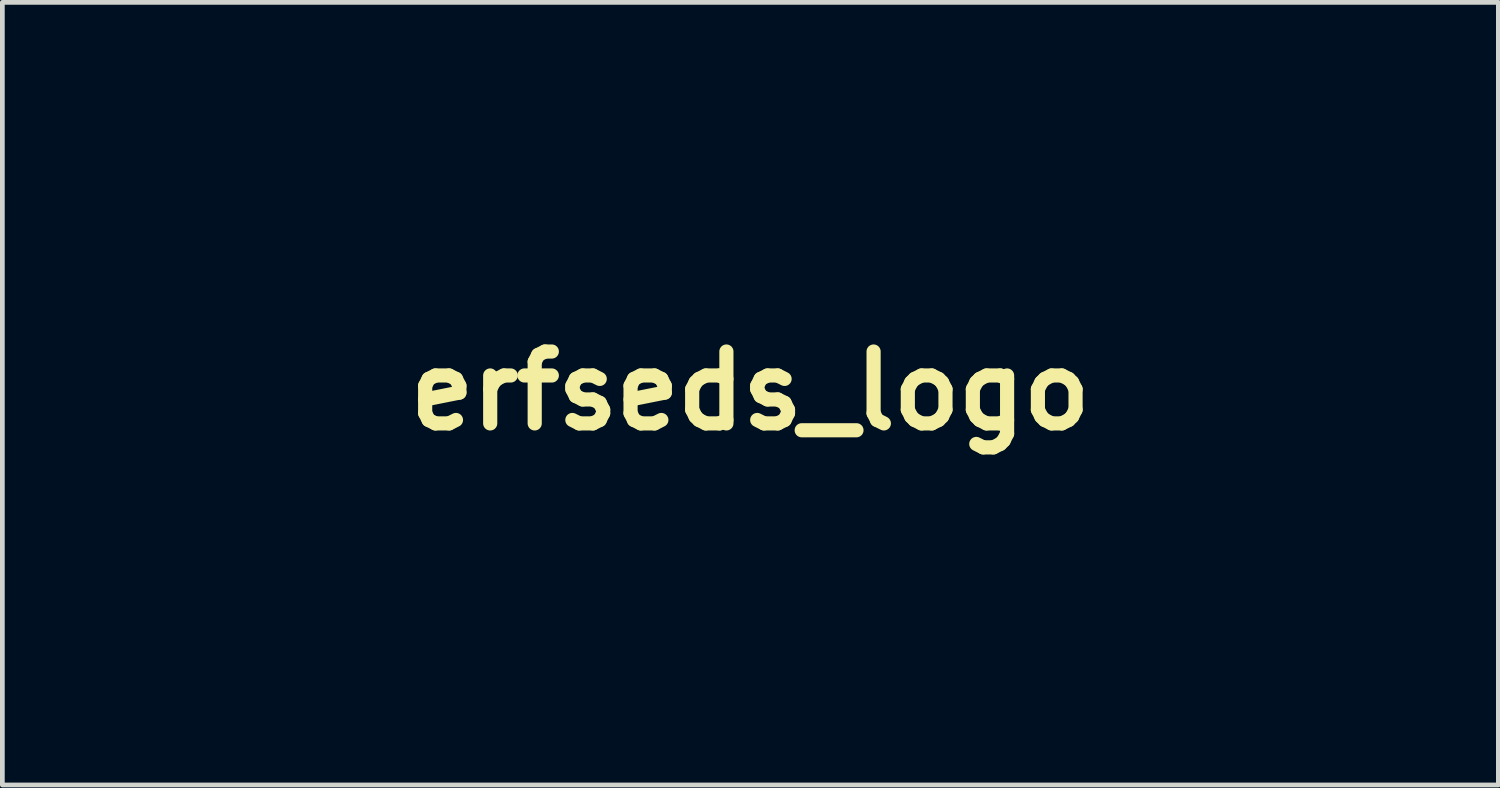
<source format=kicad_pcb>
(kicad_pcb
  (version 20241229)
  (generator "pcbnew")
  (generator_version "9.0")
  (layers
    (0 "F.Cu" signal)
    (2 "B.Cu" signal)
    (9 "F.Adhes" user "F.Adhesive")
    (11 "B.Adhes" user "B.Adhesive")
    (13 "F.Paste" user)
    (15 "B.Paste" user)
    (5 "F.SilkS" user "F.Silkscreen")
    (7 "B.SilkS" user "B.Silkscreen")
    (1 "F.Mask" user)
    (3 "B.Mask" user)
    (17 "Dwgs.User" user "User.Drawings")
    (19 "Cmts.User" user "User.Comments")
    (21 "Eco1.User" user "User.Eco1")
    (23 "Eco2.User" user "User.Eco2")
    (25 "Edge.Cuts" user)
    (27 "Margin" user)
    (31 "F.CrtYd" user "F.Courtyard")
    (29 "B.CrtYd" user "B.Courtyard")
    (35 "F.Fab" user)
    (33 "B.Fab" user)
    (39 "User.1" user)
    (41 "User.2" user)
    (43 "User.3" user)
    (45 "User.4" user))
  (footprint "erfseds_logo"
    (layer "F.Cu")
    (at 12.858 5.237)
    (property "Reference" "erfseds_logo" (at 0 0 0) (layer "F.SilkS") (effects (font (size 1.524 1.524) (thickness 0.3))))
    (attr through_hole)
    (fp_poly (pts (xy -8.741 0.265) (xy -8.742 0.27) (xy -8.748 0.271) (xy -8.756 0.268) (xy -8.755 0.265) (xy -8.742 0.264) (xy -8.741 0.265)) (stroke (width 0.01) (type solid)) (fill no) (layer "Eco2.User"))
    (fp_poly (pts (xy -8.7 0.257) (xy -8.703 0.261) (xy -8.713 0.262) (xy -8.724 0.26) (xy -8.719 0.257) (xy -8.703 0.256) (xy -8.7 0.257)) (stroke (width 0.01) (type solid)) (fill no) (layer "Eco2.User"))
    (fp_poly (pts (xy 12.016 0.875) (xy 12.014 0.88) (xy 12.009 0.881) (xy 12.001 0.877) (xy 12.002 0.875) (xy 12.014 0.874) (xy 12.016 0.875)) (stroke (width 0.01) (type solid)) (fill no) (layer "Eco2.User"))
    (fp_poly (pts (xy 11.97 0.86) (xy 11.979 0.864) (xy 11.987 0.87) (xy 11.984 0.872) (xy 11.967 0.868) (xy 11.958 0.864) (xy 11.95 0.857) (xy 11.953 0.855) (xy 11.97 0.86)) (stroke (width 0.01) (type solid)) (fill no) (layer "Eco2.User"))
    (fp_poly (pts (xy -4.542 4.463) (xy -4.544 4.472) (xy -4.551 4.496) (xy -4.561 4.532) (xy -4.575 4.579) (xy -4.591 4.634) (xy -4.609 4.696) (xy -4.629 4.763) (xy -4.65 4.832) (xy -4.671 4.903) (xy -4.692 4.972) (xy -4.711 5.038) (xy -4.73 5.1) (xy -4.746 5.154) (xy -4.76 5.199) (xy -4.771 5.234) (xy -4.776 5.251) (xy -4.786 5.283) (xy -5.304 5.283) (xy -5.303 5.264) (xy -5.3 5.252) (xy -5.293 5.225) (xy -5.282 5.186) (xy -5.267 5.136) (xy -5.25 5.078) (xy -5.231 5.013) (xy -5.209 4.943) (xy -5.209 4.94) (xy -5.116 4.636) (xy -5.034 4.611) (xy -5 4.601) (xy -4.95 4.585) (xy -4.891 4.567) (xy -4.825 4.546) (xy -4.758 4.525) (xy -4.747 4.521) (xy -4.687 4.502) (xy -4.634 4.486) (xy -4.59 4.474) (xy -4.559 4.466) (xy -4.543 4.463) (xy -4.542 4.463)) (stroke (width 0.01) (type solid)) (fill no) (layer "Eco2.User"))
    (fp_poly (pts (xy -5.97 4.888) (xy -5.964 4.905) (xy -5.955 4.934) (xy -5.944 4.972) (xy -5.93 5.017) (xy -5.915 5.065) (xy -5.901 5.115) (xy -5.886 5.162) (xy -5.874 5.205) (xy -5.863 5.24) (xy -5.856 5.266) (xy -5.852 5.278) (xy -5.852 5.279) (xy -5.862 5.28) (xy -5.889 5.281) (xy -5.93 5.282) (xy -5.982 5.283) (xy -6.042 5.283) (xy -6.106 5.283) (xy -6.173 5.283) (xy -6.238 5.282) (xy -6.299 5.282) (xy -6.352 5.281) (xy -6.394 5.28) (xy -6.423 5.278) (xy -6.435 5.277) (xy -6.435 5.277) (xy -6.439 5.266) (xy -6.447 5.242) (xy -6.457 5.209) (xy -6.468 5.17) (xy -6.479 5.129) (xy -6.49 5.088) (xy -6.499 5.052) (xy -6.506 5.022) (xy -6.51 5.004) (xy -6.51 4.999) (xy -6.499 4.996) (xy -6.472 4.989) (xy -6.432 4.979) (xy -6.381 4.967) (xy -6.323 4.954) (xy -6.319 4.953) (xy -6.254 4.938) (xy -6.189 4.923) (xy -6.13 4.909) (xy -6.082 4.897) (xy -6.054 4.89) (xy -5.976 4.87) (xy -5.97 4.888)) (stroke (width 0.01) (type solid)) (fill no) (layer "Eco2.User"))
    (fp_poly (pts (xy 1.422 1.624) (xy 1.474 1.68) (xy 1.525 1.751) (xy 1.573 1.832) (xy 1.615 1.92) (xy 1.651 2.013) (xy 1.654 2.024) (xy 1.663 2.053) (xy 1.67 2.08) (xy 1.675 2.107) (xy 1.678 2.137) (xy 1.68 2.175) (xy 1.681 2.224) (xy 1.681 2.27) (xy 1.681 2.322) (xy 1.68 2.368) (xy 1.678 2.405) (xy 1.677 2.431) (xy 1.674 2.443) (xy 1.674 2.443) (xy 1.663 2.445) (xy 1.635 2.449) (xy 1.593 2.453) (xy 1.542 2.458) (xy 1.483 2.464) (xy 1.421 2.469) (xy 1.359 2.475) (xy 1.3 2.48) (xy 1.248 2.484) (xy 1.206 2.487) (xy 1.176 2.489) (xy 1.17 2.489) (xy 1.163 2.484) (xy 1.163 2.469) (xy 1.165 2.457) (xy 1.168 2.436) (xy 1.17 2.402) (xy 1.171 2.362) (xy 1.171 2.333) (xy 1.161 2.225) (xy 1.132 2.125) (xy 1.085 2.033) (xy 1.019 1.947) (xy 1.005 1.932) (xy 0.979 1.904) (xy 0.965 1.886) (xy 0.961 1.875) (xy 0.966 1.867) (xy 0.967 1.867) (xy 0.978 1.859) (xy 1.003 1.842) (xy 1.04 1.817) (xy 1.086 1.787) (xy 1.138 1.753) (xy 1.184 1.723) (xy 1.387 1.591) (xy 1.422 1.624)) (stroke (width 0.01) (type solid)) (fill no) (layer "Eco2.User"))
    (fp_poly (pts (xy 0.5 1.261) (xy 0.666 1.277) (xy 0.819 1.304) (xy 0.958 1.34) (xy 1.083 1.387) (xy 1.148 1.418) (xy 1.193 1.442) (xy 1.168 1.458) (xy 1.153 1.468) (xy 1.125 1.485) (xy 1.084 1.51) (xy 1.034 1.54) (xy 0.978 1.573) (xy 0.917 1.61) (xy 0.915 1.611) (xy 0.687 1.747) (xy 0.597 1.727) (xy 0.498 1.711) (xy 0.388 1.702) (xy 0.272 1.7) (xy 0.157 1.705) (xy 0.049 1.717) (xy -0.006 1.727) (xy -0.124 1.76) (xy -0.233 1.806) (xy -0.33 1.863) (xy -0.414 1.93) (xy -0.482 2.007) (xy -0.513 2.053) (xy -0.54 2.103) (xy -0.56 2.151) (xy -0.573 2.202) (xy -0.582 2.26) (xy -0.586 2.329) (xy -0.592 2.444) (xy -0.781 2.537) (xy -0.84 2.566) (xy -0.896 2.594) (xy -0.946 2.619) (xy -0.987 2.638) (xy -1.014 2.652) (xy -1.018 2.654) (xy -1.066 2.677) (xy -1.071 2.657) (xy -1.085 2.606) (xy -1.093 2.563) (xy -1.099 2.519) (xy -1.103 2.475) (xy -1.104 2.348) (xy -1.088 2.219) (xy -1.055 2.091) (xy -1.008 1.968) (xy -0.946 1.852) (xy -0.879 1.756) (xy -0.783 1.651) (xy -0.673 1.558) (xy -0.55 1.476) (xy -0.414 1.407) (xy -0.268 1.351) (xy -0.111 1.307) (xy 0.055 1.277) (xy 0.229 1.26) (xy 0.41 1.257) (xy 0.5 1.261)) (stroke (width 0.01) (type solid)) (fill no) (layer "Eco2.User"))
    (fp_poly (pts (xy 4.595 -0.634) (xy 4.629 -0.631) (xy 4.679 -0.627) (xy 4.74 -0.621) (xy 4.811 -0.615) (xy 4.887 -0.607) (xy 4.912 -0.605) (xy 5.544 -0.538) (xy 6.159 -0.463) (xy 6.758 -0.381) (xy 7.345 -0.289) (xy 7.919 -0.189) (xy 8.483 -0.08) (xy 9.038 0.038) (xy 9.585 0.166) (xy 10.127 0.304) (xy 10.665 0.453) (xy 11.201 0.611) (xy 11.317 0.647) (xy 11.376 0.666) (xy 11.442 0.687) (xy 11.513 0.71) (xy 11.586 0.733) (xy 11.658 0.757) (xy 11.727 0.78) (xy 11.79 0.801) (xy 11.846 0.819) (xy 11.89 0.834) (xy 11.921 0.845) (xy 11.936 0.851) (xy 11.937 0.852) (xy 11.936 0.855) (xy 11.918 0.852) (xy 11.887 0.843) (xy 11.882 0.841) (xy 11.846 0.83) (xy 11.794 0.815) (xy 11.728 0.795) (xy 11.651 0.773) (xy 11.565 0.748) (xy 11.473 0.722) (xy 11.378 0.695) (xy 11.282 0.668) (xy 11.189 0.641) (xy 11.1 0.616) (xy 11.019 0.594) (xy 10.948 0.574) (xy 10.89 0.558) (xy 10.88 0.556) (xy 10.224 0.388) (xy 9.561 0.233) (xy 8.896 0.092) (xy 8.23 -0.035) (xy 7.568 -0.147) (xy 7.255 -0.195) (xy 7.062 -0.222) (xy 6.857 -0.25) (xy 6.642 -0.279) (xy 6.42 -0.307) (xy 6.195 -0.334) (xy 5.967 -0.361) (xy 5.741 -0.387) (xy 5.519 -0.411) (xy 5.304 -0.434) (xy 5.098 -0.454) (xy 4.904 -0.472) (xy 4.724 -0.488) (xy 4.572 -0.499) (xy 4.507 -0.504) (xy 4.46 -0.508) (xy 4.43 -0.512) (xy 4.416 -0.518) (xy 4.415 -0.527) (xy 4.427 -0.54) (xy 4.449 -0.558) (xy 4.472 -0.576) (xy 4.511 -0.605) (xy 4.539 -0.623) (xy 4.561 -0.632) (xy 4.577 -0.635) (xy 4.595 -0.634)) (stroke (width 0.01) (type solid)) (fill no) (layer "Eco2.User"))
    (fp_poly (pts (xy 0.997 -0.815) (xy 1.435 -0.808) (xy 1.862 -0.797) (xy 2.144 -0.787) (xy 2.245 -0.783) (xy 2.356 -0.778) (xy 2.475 -0.772) (xy 2.6 -0.766) (xy 2.729 -0.76) (xy 2.861 -0.753) (xy 2.994 -0.746) (xy 3.126 -0.739) (xy 3.255 -0.731) (xy 3.38 -0.724) (xy 3.499 -0.717) (xy 3.61 -0.71) (xy 3.712 -0.704) (xy 3.802 -0.698) (xy 3.88 -0.692) (xy 3.943 -0.687) (xy 3.989 -0.683) (xy 4.018 -0.68) (xy 4.022 -0.679) (xy 4.056 -0.673) (xy 3.975 -0.612) (xy 3.893 -0.55) (xy 3.565 -0.571) (xy 2.842 -0.612) (xy 2.133 -0.643) (xy 1.435 -0.664) (xy 0.745 -0.674) (xy 0.06 -0.674) (xy -0.623 -0.663) (xy -1.306 -0.642) (xy -1.992 -0.611) (xy -2.684 -0.569) (xy -3.129 -0.537) (xy -3.904 -0.47) (xy -4.683 -0.389) (xy -5.466 -0.292) (xy -6.255 -0.179) (xy -7.05 -0.051) (xy -7.851 0.092) (xy -8.254 0.169) (xy -8.36 0.19) (xy -8.449 0.208) (xy -8.52 0.222) (xy -8.576 0.233) (xy -8.618 0.241) (xy -8.647 0.246) (xy -8.665 0.249) (xy -8.672 0.25) (xy -8.672 0.249) (xy -8.664 0.246) (xy -8.65 0.242) (xy -8.646 0.241) (xy -8.596 0.228) (xy -8.527 0.211) (xy -8.443 0.191) (xy -8.345 0.168) (xy -8.236 0.144) (xy -8.116 0.117) (xy -7.989 0.09) (xy -7.856 0.061) (xy -7.719 0.032) (xy -7.581 0.003) (xy -7.442 -0.025) (xy -7.306 -0.053) (xy -7.174 -0.08) (xy -7.048 -0.105) (xy -6.96 -0.122) (xy -6.233 -0.254) (xy -5.503 -0.372) (xy -4.767 -0.476) (xy -4.025 -0.566) (xy -3.274 -0.642) (xy -2.515 -0.705) (xy -1.744 -0.755) (xy -1.168 -0.783) (xy -0.755 -0.798) (xy -0.326 -0.808) (xy 0.112 -0.815) (xy 0.555 -0.817) (xy 0.997 -0.815)) (stroke (width 0.01) (type solid)) (fill no) (layer "Eco2.User"))
    (fp_poly (pts (xy -2.156 1.322) (xy -2.039 1.322) (xy -1.934 1.322) (xy -1.841 1.323) (xy -1.763 1.323) (xy -1.701 1.323) (xy -1.655 1.324) (xy -1.627 1.324) (xy -1.619 1.324) (xy -1.617 1.333) (xy -1.62 1.355) (xy -1.629 1.391) (xy -1.643 1.442) (xy -1.662 1.509) (xy -1.675 1.551) (xy -1.742 1.774) (xy -3.732 1.782) (xy -3.918 2.396) (xy -3.948 2.495) (xy -3.976 2.59) (xy -4.003 2.679) (xy -4.027 2.76) (xy -4.049 2.833) (xy -4.068 2.896) (xy -4.083 2.948) (xy -4.094 2.988) (xy -4.102 3.014) (xy -4.104 3.025) (xy -4.104 3.025) (xy -4.103 3.027) (xy -4.1 3.029) (xy -4.094 3.031) (xy -4.082 3.033) (xy -4.065 3.034) (xy -4.04 3.035) (xy -4.007 3.036) (xy -3.965 3.037) (xy -3.912 3.038) (xy -3.848 3.038) (xy -3.77 3.039) (xy -3.679 3.039) (xy -3.572 3.039) (xy -3.448 3.039) (xy -3.307 3.04) (xy -3.148 3.04) (xy -3.095 3.04) (xy -2.085 3.04) (xy -2.1 3.089) (xy -2.115 3.139) (xy -2.296 3.212) (xy -2.357 3.236) (xy -2.431 3.265) (xy -2.514 3.297) (xy -2.6 3.33) (xy -2.685 3.362) (xy -2.745 3.384) (xy -3.012 3.484) (xy -4.246 3.489) (xy -4.256 3.52) (xy -4.262 3.537) (xy -4.271 3.568) (xy -4.283 3.61) (xy -4.298 3.66) (xy -4.315 3.714) (xy -4.324 3.744) (xy -4.381 3.936) (xy -4.51 3.976) (xy -4.56 3.991) (xy -4.618 4.008) (xy -4.679 4.027) (xy -4.74 4.045) (xy -4.8 4.062) (xy -4.853 4.078) (xy -4.899 4.091) (xy -4.932 4.101) (xy -4.951 4.106) (xy -4.954 4.106) (xy -4.955 4.099) (xy -4.953 4.087) (xy -4.95 4.077) (xy -4.942 4.051) (xy -4.93 4.011) (xy -4.913 3.957) (xy -4.893 3.89) (xy -4.869 3.81) (xy -4.842 3.72) (xy -4.811 3.619) (xy -4.778 3.509) (xy -4.742 3.39) (xy -4.704 3.263) (xy -4.664 3.129) (xy -4.622 2.99) (xy -4.578 2.845) (xy -4.533 2.697) (xy -4.12 1.325) (xy -2.875 1.323) (xy -2.718 1.323) (xy -2.566 1.322) (xy -2.421 1.322) (xy -2.284 1.322) (xy -2.156 1.322)) (stroke (width 0.01) (type solid)) (fill no) (layer "Eco2.User"))
    (fp_poly (pts (xy -0.404 2.698) (xy -0.39 2.705) (xy -0.365 2.721) (xy -0.333 2.74) (xy -0.32 2.748) (xy -0.261 2.783) (xy -0.185 2.825) (xy -0.093 2.873) (xy 0.014 2.928) (xy 0.135 2.988) (xy 0.259 3.048) (xy 0.397 3.115) (xy 0.518 3.175) (xy 0.624 3.23) (xy 0.716 3.281) (xy 0.795 3.328) (xy 0.864 3.372) (xy 0.923 3.414) (xy 0.974 3.456) (xy 1.018 3.499) (xy 1.057 3.542) (xy 1.092 3.588) (xy 1.118 3.626) (xy 1.163 3.704) (xy 1.198 3.782) (xy 1.222 3.863) (xy 1.237 3.95) (xy 1.244 4.048) (xy 1.244 4.098) (xy 1.242 4.18) (xy 1.237 4.251) (xy 1.227 4.314) (xy 1.212 4.376) (xy 1.191 4.442) (xy 1.182 4.465) (xy 1.123 4.596) (xy 1.045 4.719) (xy 0.952 4.834) (xy 0.844 4.939) (xy 0.722 5.034) (xy 0.588 5.118) (xy 0.442 5.19) (xy 0.286 5.249) (xy 0.122 5.294) (xy 0.007 5.316) (xy -0.051 5.324) (xy -0.119 5.332) (xy -0.192 5.339) (xy -0.265 5.345) (xy -0.331 5.348) (xy -0.385 5.35) (xy -0.405 5.35) (xy -0.436 5.349) (xy -0.479 5.346) (xy -0.53 5.344) (xy -0.561 5.342) (xy -0.679 5.331) (xy -0.8 5.313) (xy -0.918 5.29) (xy -1.028 5.261) (xy -1.125 5.229) (xy -1.153 5.218) (xy -1.274 5.157) (xy -1.385 5.083) (xy -1.483 4.997) (xy -1.566 4.901) (xy -1.61 4.835) (xy -1.639 4.781) (xy -1.667 4.714) (xy -1.693 4.639) (xy -1.716 4.562) (xy -1.728 4.508) (xy -1.736 4.468) (xy -1.742 4.43) (xy -1.747 4.392) (xy -1.749 4.35) (xy -1.751 4.299) (xy -1.752 4.237) (xy -1.752 4.202) (xy -1.752 4.146) (xy -1.752 4.096) (xy -1.751 4.055) (xy -1.75 4.024) (xy -1.748 4.006) (xy -1.748 4.002) (xy -1.736 4) (xy -1.708 3.996) (xy -1.666 3.992) (xy -1.614 3.986) (xy -1.556 3.981) (xy -1.494 3.975) (xy -1.431 3.969) (xy -1.372 3.964) (xy -1.32 3.96) (xy -1.277 3.957) (xy -1.248 3.955) (xy -1.235 3.955) (xy -1.234 3.955) (xy -1.233 3.965) (xy -1.234 3.988) (xy -1.237 4.019) (xy -1.239 4.035) (xy -1.249 4.156) (xy -1.244 4.271) (xy -1.226 4.38) (xy -1.195 4.48) (xy -1.15 4.57) (xy -1.093 4.648) (xy -1.089 4.653) (xy -1.035 4.702) (xy -0.965 4.75) (xy -0.883 4.794) (xy -0.794 4.832) (xy -0.703 4.862) (xy -0.639 4.877) (xy -0.508 4.896) (xy -0.37 4.905) (xy -0.231 4.903) (xy -0.094 4.891) (xy 0.034 4.87) (xy 0.152 4.838) (xy 0.166 4.833) (xy 0.258 4.794) (xy 0.35 4.743) (xy 0.437 4.684) (xy 0.513 4.62) (xy 0.576 4.553) (xy 0.592 4.533) (xy 0.642 4.452) (xy 0.679 4.363) (xy 0.702 4.272) (xy 0.711 4.18) (xy 0.706 4.093) (xy 0.696 4.049) (xy 0.68 4.003) (xy 0.659 3.959) (xy 0.632 3.916) (xy 0.598 3.875) (xy 0.555 3.834) (xy 0.502 3.791) (xy 0.439 3.747) (xy 0.363 3.701) (xy 0.273 3.65) (xy 0.169 3.596) (xy 0.049 3.536) (xy -0.087 3.47) (xy -0.112 3.458) (xy -0.231 3.401) (xy -0.333 3.351) (xy -0.422 3.307) (xy -0.497 3.266) (xy -0.562 3.23) (xy -0.619 3.196) (xy -0.668 3.164) (xy -0.693 3.146) (xy -0.725 3.122) (xy -0.762 3.093) (xy -0.799 3.061) (xy -0.834 3.029) (xy -0.865 2.999) (xy -0.889 2.975) (xy -0.902 2.959) (xy -0.904 2.954) (xy -0.896 2.946) (xy -0.89 2.944) (xy -0.878 2.938) (xy -0.852 2.924) (xy -0.813 2.904) (xy -0.764 2.878) (xy -0.708 2.848) (xy -0.647 2.815) (xy -0.573 2.776) (xy -0.511 2.744) (xy -0.462 2.72) (xy -0.427 2.704) (xy -0.408 2.698) (xy -0.404 2.698)) (stroke (width 0.01) (type solid)) (fill no) (layer "Eco2.User"))
    (fp_poly (pts (xy 5.098 1.322) (xy 5.214 1.322) (xy 5.317 1.323) (xy 5.406 1.323) (xy 5.48 1.323) (xy 5.538 1.323) (xy 5.578 1.324) (xy 5.601 1.324) (xy 5.604 1.324) (xy 5.606 1.333) (xy 5.602 1.358) (xy 5.593 1.399) (xy 5.577 1.456) (xy 5.557 1.528) (xy 5.552 1.544) (xy 5.534 1.603) (xy 5.518 1.656) (xy 5.504 1.701) (xy 5.493 1.737) (xy 5.485 1.76) (xy 5.481 1.77) (xy 5.47 1.771) (xy 5.439 1.772) (xy 5.387 1.774) (xy 5.316 1.775) (xy 5.224 1.776) (xy 5.113 1.776) (xy 4.983 1.777) (xy 4.833 1.777) (xy 4.664 1.778) (xy 4.476 1.778) (xy 4.343 1.778) (xy 3.211 1.778) (xy 3.201 1.81) (xy 3.196 1.827) (xy 3.186 1.859) (xy 3.173 1.902) (xy 3.157 1.957) (xy 3.137 2.021) (xy 3.116 2.092) (xy 3.093 2.169) (xy 3.068 2.251) (xy 3.043 2.335) (xy 3.017 2.421) (xy 2.992 2.507) (xy 2.967 2.59) (xy 2.943 2.67) (xy 2.921 2.746) (xy 2.9 2.814) (xy 2.882 2.874) (xy 2.867 2.924) (xy 2.856 2.963) (xy 2.848 2.989) (xy 2.845 3.001) (xy 2.845 3.001) (xy 2.855 3.002) (xy 2.884 3.002) (xy 2.93 3.003) (xy 2.993 3.004) (xy 3.072 3.004) (xy 3.164 3.004) (xy 3.268 3.005) (xy 3.384 3.005) (xy 3.509 3.005) (xy 3.643 3.005) (xy 3.784 3.006) (xy 3.932 3.006) (xy 3.947 3.006) (xy 4.095 3.006) (xy 4.237 3.006) (xy 4.372 3.006) (xy 4.498 3.007) (xy 4.615 3.007) (xy 4.72 3.008) (xy 4.814 3.008) (xy 4.893 3.009) (xy 4.958 3.009) (xy 5.006 3.01) (xy 5.037 3.011) (xy 5.049 3.012) (xy 5.049 3.012) (xy 5.047 3.022) (xy 5.04 3.045) (xy 5.03 3.081) (xy 5.017 3.127) (xy 5.001 3.18) (xy 4.985 3.234) (xy 4.922 3.45) (xy 3.814 3.452) (xy 2.707 3.454) (xy 2.505 4.125) (xy 2.473 4.229) (xy 2.443 4.328) (xy 2.415 4.422) (xy 2.389 4.508) (xy 2.366 4.586) (xy 2.345 4.655) (xy 2.328 4.713) (xy 2.314 4.758) (xy 2.304 4.791) (xy 2.299 4.808) (xy 2.298 4.811) (xy 2.298 4.813) (xy 2.301 4.815) (xy 2.306 4.817) (xy 2.317 4.819) (xy 2.332 4.82) (xy 2.355 4.821) (xy 2.385 4.822) (xy 2.423 4.823) (xy 2.472 4.824) (xy 2.531 4.824) (xy 2.602 4.825) (xy 2.686 4.825) (xy 2.784 4.826) (xy 2.897 4.826) (xy 3.026 4.826) (xy 3.173 4.826) (xy 3.337 4.826) (xy 3.509 4.826) (xy 3.664 4.826) (xy 3.814 4.826) (xy 3.957 4.826) (xy 4.091 4.827) (xy 4.216 4.827) (xy 4.33 4.827) (xy 4.432 4.828) (xy 4.521 4.828) (xy 4.595 4.828) (xy 4.654 4.829) (xy 4.696 4.83) (xy 4.719 4.83) (xy 4.724 4.83) (xy 4.722 4.841) (xy 4.715 4.865) (xy 4.705 4.901) (xy 4.692 4.944) (xy 4.677 4.993) (xy 4.662 5.045) (xy 4.646 5.097) (xy 4.631 5.147) (xy 4.617 5.191) (xy 4.605 5.227) (xy 4.597 5.252) (xy 4.592 5.264) (xy 4.592 5.264) (xy 4.583 5.283) (xy 3.109 5.283) (xy 2.9 5.283) (xy 2.71 5.283) (xy 2.539 5.283) (xy 2.386 5.283) (xy 2.25 5.282) (xy 2.129 5.282) (xy 2.025 5.282) (xy 1.934 5.281) (xy 1.858 5.28) (xy 1.794 5.28) (xy 1.743 5.279) (xy 1.702 5.278) (xy 1.672 5.277) (xy 1.652 5.276) (xy 1.64 5.274) (xy 1.636 5.273) (xy 1.636 5.273) (xy 1.639 5.264) (xy 1.646 5.239) (xy 1.657 5.199) (xy 1.673 5.145) (xy 1.694 5.077) (xy 1.718 4.997) (xy 1.745 4.904) (xy 1.776 4.8) (xy 1.811 4.686) (xy 1.848 4.561) (xy 1.888 4.427) (xy 1.931 4.284) (xy 1.976 4.134) (xy 2.023 3.977) (xy 2.073 3.813) (xy 2.124 3.643) (xy 2.176 3.469) (xy 2.229 3.294) (xy 2.822 1.325) (xy 4.207 1.323) (xy 4.374 1.323) (xy 4.534 1.322) (xy 4.688 1.322) (xy 4.835 1.322) (xy 4.972 1.322) (xy 5.098 1.322)) (stroke (width 0.01) (type solid)) (fill no) (layer "Eco2.User"))
    (fp_poly (pts (xy 7.141 1.321) (xy 7.245 1.321) (xy 7.347 1.322) (xy 7.446 1.322) (xy 7.538 1.323) (xy 7.623 1.324) (xy 7.698 1.325) (xy 7.761 1.327) (xy 7.811 1.328) (xy 7.829 1.329) (xy 7.965 1.338) (xy 8.084 1.352) (xy 8.191 1.371) (xy 8.288 1.396) (xy 8.379 1.428) (xy 8.467 1.467) (xy 8.514 1.491) (xy 8.556 1.517) (xy 8.607 1.553) (xy 8.662 1.596) (xy 8.717 1.642) (xy 8.767 1.687) (xy 8.81 1.729) (xy 8.838 1.761) (xy 8.918 1.877) (xy 8.984 2.003) (xy 9.036 2.141) (xy 9.075 2.29) (xy 9.1 2.45) (xy 9.112 2.623) (xy 9.114 2.701) (xy 9.104 2.936) (xy 9.075 3.167) (xy 9.027 3.392) (xy 8.959 3.612) (xy 8.873 3.826) (xy 8.768 4.035) (xy 8.643 4.237) (xy 8.5 4.433) (xy 8.484 4.452) (xy 8.353 4.604) (xy 8.216 4.74) (xy 8.073 4.859) (xy 7.923 4.963) (xy 7.766 5.052) (xy 7.602 5.125) (xy 7.43 5.183) (xy 7.251 5.227) (xy 7.249 5.227) (xy 7.205 5.236) (xy 7.164 5.243) (xy 7.125 5.25) (xy 7.087 5.255) (xy 7.047 5.26) (xy 7.004 5.264) (xy 6.957 5.268) (xy 6.905 5.271) (xy 6.844 5.273) (xy 6.774 5.275) (xy 6.694 5.276) (xy 6.601 5.278) (xy 6.494 5.279) (xy 6.371 5.279) (xy 6.231 5.28) (xy 6.083 5.281) (xy 5.935 5.282) (xy 5.805 5.282) (xy 5.694 5.282) (xy 5.598 5.283) (xy 5.518 5.283) (xy 5.452 5.282) (xy 5.398 5.282) (xy 5.355 5.281) (xy 5.323 5.281) (xy 5.299 5.279) (xy 5.282 5.278) (xy 5.271 5.276) (xy 5.266 5.274) (xy 5.263 5.272) (xy 5.263 5.27) (xy 5.265 5.261) (xy 5.272 5.236) (xy 5.284 5.196) (xy 5.3 5.143) (xy 5.319 5.076) (xy 5.343 4.998) (xy 5.369 4.908) (xy 5.398 4.812) (xy 5.924 4.812) (xy 5.925 4.816) (xy 5.928 4.819) (xy 5.935 4.821) (xy 5.949 4.823) (xy 5.97 4.824) (xy 6 4.825) (xy 6.042 4.826) (xy 6.097 4.826) (xy 6.166 4.825) (xy 6.251 4.825) (xy 6.355 4.824) (xy 6.398 4.824) (xy 6.517 4.823) (xy 6.617 4.822) (xy 6.701 4.82) (xy 6.771 4.819) (xy 6.829 4.817) (xy 6.877 4.815) (xy 6.917 4.812) (xy 6.951 4.809) (xy 6.98 4.805) (xy 7.117 4.784) (xy 7.238 4.759) (xy 7.346 4.73) (xy 7.445 4.695) (xy 7.538 4.653) (xy 7.63 4.603) (xy 7.662 4.583) (xy 7.783 4.498) (xy 7.899 4.396) (xy 8.01 4.28) (xy 8.114 4.148) (xy 8.213 4.003) (xy 8.305 3.844) (xy 8.358 3.74) (xy 8.414 3.612) (xy 8.462 3.476) (xy 8.503 3.334) (xy 8.536 3.189) (xy 8.561 3.043) (xy 8.577 2.897) (xy 8.585 2.756) (xy 8.583 2.62) (xy 8.573 2.493) (xy 8.552 2.376) (xy 8.534 2.307) (xy 8.493 2.202) (xy 8.439 2.107) (xy 8.374 2.023) (xy 8.299 1.952) (xy 8.214 1.893) (xy 8.135 1.855) (xy 8.091 1.839) (xy 8.046 1.825) (xy 7.999 1.813) (xy 7.947 1.803) (xy 7.889 1.795) (xy 7.823 1.789) (xy 7.746 1.785) (xy 7.658 1.782) (xy 7.555 1.78) (xy 7.437 1.779) (xy 7.301 1.779) (xy 7.259 1.78) (xy 6.833 1.782) (xy 6.379 3.289) (xy 6.332 3.446) (xy 6.286 3.598) (xy 6.242 3.744) (xy 6.2 3.885) (xy 6.159 4.019) (xy 6.122 4.146) (xy 6.086 4.264) (xy 6.054 4.373) (xy 6.024 4.472) (xy 5.998 4.559) (xy 5.975 4.636) (xy 5.957 4.699) (xy 5.942 4.749) (xy 5.931 4.785) (xy 5.925 4.807) (xy 5.924 4.812) (xy 5.398 4.812) (xy 5.399 4.808) (xy 5.432 4.699) (xy 5.467 4.581) (xy 5.504 4.455) (xy 5.544 4.323) (xy 5.586 4.184) (xy 5.629 4.041) (xy 5.673 3.893) (xy 5.718 3.742) (xy 5.764 3.588) (xy 5.811 3.433) (xy 5.858 3.277) (xy 5.905 3.121) (xy 5.951 2.966) (xy 5.997 2.813) (xy 6.042 2.663) (xy 6.087 2.516) (xy 6.129 2.374) (xy 6.171 2.237) (xy 6.21 2.107) (xy 6.247 1.983) (xy 6.282 1.868) (xy 6.315 1.761) (xy 6.344 1.664) (xy 6.37 1.577) (xy 6.393 1.502) (xy 6.412 1.44) (xy 6.427 1.39) (xy 6.439 1.354) (xy 6.445 1.334) (xy 6.447 1.329) (xy 6.458 1.327) (xy 6.487 1.326) (xy 6.533 1.324) (xy 6.593 1.323) (xy 6.666 1.322) (xy 6.748 1.322) (xy 6.839 1.321) (xy 6.936 1.321) (xy 7.037 1.321) (xy 7.141 1.321)) (stroke (width 0.01) (type solid)) (fill no) (layer "Eco2.User"))
    (fp_poly (pts (xy 11.709 1.264) (xy 11.865 1.282) (xy 12.014 1.31) (xy 12.153 1.35) (xy 12.231 1.379) (xy 12.355 1.44) (xy 12.467 1.515) (xy 12.566 1.6) (xy 12.652 1.696) (xy 12.724 1.802) (xy 12.781 1.914) (xy 12.822 2.034) (xy 12.846 2.159) (xy 12.853 2.288) (xy 12.846 2.394) (xy 12.839 2.446) (xy 12.788 2.451) (xy 12.694 2.459) (xy 12.607 2.467) (xy 12.529 2.474) (xy 12.462 2.48) (xy 12.407 2.484) (xy 12.368 2.487) (xy 12.346 2.489) (xy 12.342 2.489) (xy 12.336 2.486) (xy 12.334 2.474) (xy 12.334 2.451) (xy 12.338 2.414) (xy 12.339 2.405) (xy 12.341 2.299) (xy 12.325 2.198) (xy 12.29 2.103) (xy 12.239 2.015) (xy 12.172 1.936) (xy 12.09 1.866) (xy 11.993 1.807) (xy 11.883 1.76) (xy 11.867 1.754) (xy 11.765 1.728) (xy 11.65 1.71) (xy 11.528 1.7) (xy 11.403 1.7) (xy 11.281 1.709) (xy 11.166 1.727) (xy 11.164 1.727) (xy 11.046 1.76) (xy 10.938 1.805) (xy 10.84 1.863) (xy 10.756 1.93) (xy 10.686 2.006) (xy 10.633 2.09) (xy 10.603 2.163) (xy 10.59 2.215) (xy 10.582 2.277) (xy 10.579 2.342) (xy 10.581 2.403) (xy 10.586 2.444) (xy 10.595 2.48) (xy 10.606 2.514) (xy 10.62 2.546) (xy 10.64 2.577) (xy 10.665 2.608) (xy 10.696 2.639) (xy 10.736 2.672) (xy 10.784 2.706) (xy 10.842 2.743) (xy 10.911 2.784) (xy 10.992 2.828) (xy 11.085 2.878) (xy 11.193 2.932) (xy 11.316 2.993) (xy 11.454 3.061) (xy 11.567 3.116) (xy 11.689 3.176) (xy 11.795 3.231) (xy 11.887 3.282) (xy 11.966 3.331) (xy 12.035 3.379) (xy 12.097 3.426) (xy 12.111 3.437) (xy 12.201 3.522) (xy 12.275 3.611) (xy 12.332 3.707) (xy 12.376 3.814) (xy 12.392 3.865) (xy 12.401 3.913) (xy 12.408 3.973) (xy 12.411 4.042) (xy 12.411 4.114) (xy 12.409 4.187) (xy 12.403 4.255) (xy 12.394 4.314) (xy 12.387 4.345) (xy 12.346 4.475) (xy 12.293 4.593) (xy 12.226 4.702) (xy 12.145 4.805) (xy 12.046 4.904) (xy 11.985 4.958) (xy 11.857 5.054) (xy 11.725 5.135) (xy 11.585 5.202) (xy 11.435 5.256) (xy 11.287 5.295) (xy 11.152 5.319) (xy 11.004 5.337) (xy 10.852 5.346) (xy 10.7 5.346) (xy 10.602 5.342) (xy 10.426 5.324) (xy 10.265 5.295) (xy 10.119 5.255) (xy 9.986 5.203) (xy 9.868 5.14) (xy 9.762 5.065) (xy 9.738 5.045) (xy 9.657 4.967) (xy 9.589 4.883) (xy 9.533 4.791) (xy 9.489 4.691) (xy 9.455 4.58) (xy 9.432 4.458) (xy 9.419 4.324) (xy 9.415 4.193) (xy 9.415 4.139) (xy 9.415 4.09) (xy 9.416 4.05) (xy 9.417 4.02) (xy 9.418 4.004) (xy 9.419 4.002) (xy 9.43 4) (xy 9.458 3.996) (xy 9.5 3.992) (xy 9.551 3.986) (xy 9.61 3.981) (xy 9.672 3.975) (xy 9.734 3.969) (xy 9.793 3.964) (xy 9.845 3.96) (xy 9.888 3.957) (xy 9.918 3.955) (xy 9.931 3.955) (xy 9.931 3.955) (xy 9.932 3.965) (xy 9.931 3.988) (xy 9.929 4.022) (xy 9.926 4.062) (xy 9.924 4.076) (xy 9.919 4.194) (xy 9.928 4.307) (xy 9.95 4.413) (xy 9.985 4.509) (xy 10.034 4.595) (xy 10.087 4.662) (xy 10.144 4.712) (xy 10.217 4.759) (xy 10.301 4.802) (xy 10.394 4.839) (xy 10.489 4.868) (xy 10.526 4.876) (xy 10.639 4.894) (xy 10.764 4.903) (xy 10.894 4.904) (xy 11.022 4.898) (xy 11.142 4.883) (xy 11.174 4.877) (xy 11.303 4.843) (xy 11.423 4.797) (xy 11.531 4.738) (xy 11.628 4.668) (xy 11.711 4.589) (xy 11.779 4.501) (xy 11.83 4.406) (xy 11.861 4.316) (xy 11.871 4.259) (xy 11.876 4.196) (xy 11.875 4.133) (xy 11.869 4.076) (xy 11.862 4.042) (xy 11.844 3.994) (xy 11.82 3.947) (xy 11.79 3.903) (xy 11.752 3.86) (xy 11.705 3.817) (xy 11.647 3.773) (xy 11.578 3.727) (xy 11.495 3.678) (xy 11.398 3.626) (xy 11.285 3.569) (xy 11.156 3.506) (xy 11.1 3.48) (xy 10.981 3.424) (xy 10.879 3.374) (xy 10.791 3.331) (xy 10.715 3.292) (xy 10.649 3.256) (xy 10.592 3.223) (xy 10.541 3.192) (xy 10.495 3.16) (xy 10.452 3.128) (xy 10.409 3.094) (xy 10.404 3.09) (xy 10.303 2.998) (xy 10.222 2.903) (xy 10.159 2.804) (xy 10.112 2.698) (xy 10.08 2.582) (xy 10.068 2.506) (xy 10.062 2.402) (xy 10.07 2.291) (xy 10.09 2.177) (xy 10.121 2.064) (xy 10.162 1.958) (xy 10.208 1.871) (xy 10.287 1.759) (xy 10.383 1.654) (xy 10.494 1.559) (xy 10.617 1.476) (xy 10.751 1.405) (xy 10.795 1.386) (xy 10.929 1.339) (xy 11.075 1.302) (xy 11.229 1.276) (xy 11.388 1.261) (xy 11.549 1.257) (xy 11.709 1.264)) (stroke (width 0.01) (type solid)) (fill no) (layer "Eco2.User"))
    (fp_poly (pts (xy -6.728 1.322) (xy -6.594 1.323) (xy -6.474 1.324) (xy -6.369 1.326) (xy -6.276 1.329) (xy -6.193 1.332) (xy -6.121 1.336) (xy -6.057 1.341) (xy -5.999 1.346) (xy -5.948 1.353) (xy -5.901 1.361) (xy -5.856 1.369) (xy -5.814 1.379) (xy -5.789 1.385) (xy -5.678 1.422) (xy -5.58 1.471) (xy -5.496 1.533) (xy -5.424 1.608) (xy -5.366 1.695) (xy -5.321 1.796) (xy -5.289 1.909) (xy -5.271 2.035) (xy -5.266 2.104) (xy -5.268 2.264) (xy -5.286 2.417) (xy -5.32 2.563) (xy -5.371 2.699) (xy -5.436 2.827) (xy -5.517 2.945) (xy -5.613 3.052) (xy -5.723 3.148) (xy -5.847 3.232) (xy -5.85 3.234) (xy -5.999 3.312) (xy -6.163 3.379) (xy -6.339 3.434) (xy -6.528 3.476) (xy -6.583 3.486) (xy -6.622 3.493) (xy -6.653 3.498) (xy -6.671 3.501) (xy -6.674 3.502) (xy -6.669 3.509) (xy -6.653 3.525) (xy -6.628 3.55) (xy -6.597 3.579) (xy -6.595 3.581) (xy -6.543 3.633) (xy -6.496 3.683) (xy -6.454 3.735) (xy -6.414 3.791) (xy -6.375 3.854) (xy -6.333 3.927) (xy -6.288 4.013) (xy -6.285 4.019) (xy -6.26 4.07) (xy -6.235 4.123) (xy -6.21 4.178) (xy -6.187 4.232) (xy -6.167 4.281) (xy -6.151 4.325) (xy -6.139 4.359) (xy -6.133 4.383) (xy -6.133 4.394) (xy -6.133 4.394) (xy -6.145 4.398) (xy -6.173 4.405) (xy -6.215 4.414) (xy -6.266 4.425) (xy -6.323 4.437) (xy -6.384 4.449) (xy -6.444 4.462) (xy -6.501 4.473) (xy -6.55 4.482) (xy -6.589 4.489) (xy -6.611 4.492) (xy -6.653 4.498) (xy -6.665 4.461) (xy -6.71 4.323) (xy -6.757 4.194) (xy -6.806 4.074) (xy -6.856 3.965) (xy -6.907 3.867) (xy -6.959 3.783) (xy -7.009 3.713) (xy -7.059 3.657) (xy -7.093 3.628) (xy -7.128 3.605) (xy -7.169 3.584) (xy -7.189 3.576) (xy -7.219 3.565) (xy -7.249 3.556) (xy -7.282 3.548) (xy -7.319 3.542) (xy -7.363 3.537) (xy -7.415 3.534) (xy -7.479 3.531) (xy -7.556 3.528) (xy -7.648 3.527) (xy -7.758 3.525) (xy -7.785 3.525) (xy -7.872 3.524) (xy -7.953 3.523) (xy -8.024 3.523) (xy -8.085 3.523) (xy -8.132 3.524) (xy -8.164 3.524) (xy -8.178 3.525) (xy -8.179 3.526) (xy -8.181 3.535) (xy -8.188 3.56) (xy -8.199 3.598) (xy -8.214 3.647) (xy -8.232 3.706) (xy -8.252 3.774) (xy -8.275 3.849) (xy -8.299 3.929) (xy -8.324 4.013) (xy -8.35 4.099) (xy -8.376 4.185) (xy -8.402 4.271) (xy -8.428 4.354) (xy -8.452 4.432) (xy -8.474 4.505) (xy -8.494 4.57) (xy -8.511 4.627) (xy -8.526 4.672) (xy -8.536 4.706) (xy -8.543 4.726) (xy -8.545 4.731) (xy -8.548 4.737) (xy -8.553 4.741) (xy -8.562 4.744) (xy -8.578 4.747) (xy -8.602 4.748) (xy -8.638 4.749) (xy -8.687 4.75) (xy -8.752 4.75) (xy -8.814 4.75) (xy -9.073 4.75) (xy -9.066 4.727) (xy -9.063 4.716) (xy -9.055 4.69) (xy -9.043 4.649) (xy -9.026 4.594) (xy -9.005 4.526) (xy -8.981 4.445) (xy -8.953 4.353) (xy -8.922 4.249) (xy -8.888 4.135) (xy -8.851 4.012) (xy -8.811 3.881) (xy -8.769 3.741) (xy -8.725 3.595) (xy -8.679 3.442) (xy -8.631 3.283) (xy -8.582 3.12) (xy -8.57 3.08) (xy -8.044 3.08) (xy -8.042 3.082) (xy -8.036 3.084) (xy -8.025 3.086) (xy -8.007 3.088) (xy -7.981 3.089) (xy -7.945 3.09) (xy -7.898 3.09) (xy -7.839 3.09) (xy -7.765 3.09) (xy -7.676 3.09) (xy -7.569 3.089) (xy -7.444 3.088) (xy -7.415 3.088) (xy -7.267 3.087) (xy -7.134 3.086) (xy -7.015 3.084) (xy -6.912 3.082) (xy -6.827 3.08) (xy -6.759 3.078) (xy -6.71 3.076) (xy -6.685 3.074) (xy -6.568 3.059) (xy -6.466 3.038) (xy -6.374 3.011) (xy -6.288 2.976) (xy -6.224 2.943) (xy -6.119 2.876) (xy -6.024 2.796) (xy -5.941 2.705) (xy -5.873 2.605) (xy -5.821 2.498) (xy -5.801 2.44) (xy -5.784 2.373) (xy -5.774 2.301) (xy -5.769 2.226) (xy -5.77 2.155) (xy -5.777 2.091) (xy -5.79 2.038) (xy -5.792 2.034) (xy -5.828 1.96) (xy -5.875 1.898) (xy -5.931 1.848) (xy -5.995 1.811) (xy -6.044 1.795) (xy -6.071 1.789) (xy -6.1 1.783) (xy -6.132 1.778) (xy -6.168 1.774) (xy -6.21 1.771) (xy -6.26 1.768) (xy -6.319 1.766) (xy -6.389 1.764) (xy -6.471 1.763) (xy -6.567 1.762) (xy -6.678 1.762) (xy -6.807 1.761) (xy -6.954 1.761) (xy -6.971 1.761) (xy -7.648 1.761) (xy -7.843 2.411) (xy -7.873 2.513) (xy -7.903 2.611) (xy -7.93 2.703) (xy -7.956 2.787) (xy -7.979 2.864) (xy -7.999 2.93) (xy -8.015 2.986) (xy -8.029 3.029) (xy -8.038 3.06) (xy -8.043 3.075) (xy -8.043 3.076) (xy -8.044 3.08) (xy -8.57 3.08) (xy -8.55 3.014) (xy -8.042 1.325) (xy -7.234 1.323) (xy -7.047 1.322) (xy -6.879 1.322) (xy -6.728 1.322)) (stroke (width 0.01) (type solid)) (fill no) (layer "Eco2.User"))
    (fp_poly (pts (xy 8.881 -5.228) (xy 8.894 -5.214) (xy 8.894 -5.188) (xy 8.884 -5.158) (xy 8.863 -5.112) (xy 8.832 -5.053) (xy 8.792 -4.985) (xy 8.745 -4.908) (xy 8.692 -4.826) (xy 8.634 -4.739) (xy 8.573 -4.65) (xy 8.517 -4.571) (xy 8.482 -4.526) (xy 8.436 -4.468) (xy 8.379 -4.401) (xy 8.312 -4.324) (xy 8.238 -4.24) (xy 8.157 -4.149) (xy 8.069 -4.054) (xy 7.978 -3.954) (xy 7.883 -3.852) (xy 7.787 -3.749) (xy 7.689 -3.647) (xy 7.593 -3.545) (xy 7.497 -3.447) (xy 7.405 -3.353) (xy 7.317 -3.264) (xy 7.235 -3.182) (xy 7.163 -3.113) (xy 7.128 -3.079) (xy 7.094 -3.047) (xy 7.067 -3.02) (xy 7.049 -3.003) (xy 7.048 -3.003) (xy 7.041 -2.995) (xy 7.035 -2.986) (xy 7.028 -2.973) (xy 7.022 -2.956) (xy 7.015 -2.933) (xy 7.007 -2.901) (xy 6.998 -2.86) (xy 6.986 -2.807) (xy 6.972 -2.741) (xy 6.956 -2.661) (xy 6.95 -2.635) (xy 6.881 -2.295) (xy 6.841 -2.255) (xy 6.798 -2.212) (xy 6.754 -2.167) (xy 6.708 -2.121) (xy 6.664 -2.077) (xy 6.623 -2.037) (xy 6.588 -2.001) (xy 6.559 -1.973) (xy 6.539 -1.954) (xy 6.53 -1.945) (xy 6.53 -1.945) (xy 6.521 -1.95) (xy 6.499 -1.963) (xy 6.466 -1.985) (xy 6.424 -2.013) (xy 6.376 -2.046) (xy 6.355 -2.061) (xy 6.184 -2.178) (xy 6.159 -2.154) (xy 6.136 -2.132) (xy 6.101 -2.099) (xy 6.054 -2.057) (xy 5.996 -2.003) (xy 5.924 -1.939) (xy 5.84 -1.863) (xy 5.742 -1.776) (xy 5.64 -1.685) (xy 5.492 -1.555) (xy 5.338 -1.421) (xy 5.179 -1.285) (xy 5.018 -1.15) (xy 4.857 -1.016) (xy 4.699 -0.886) (xy 4.544 -0.762) (xy 4.397 -0.645) (xy 4.258 -0.537) (xy 4.135 -0.443) (xy 4.058 -0.385) (xy 3.981 -0.327) (xy 3.906 -0.271) (xy 3.836 -0.218) (xy 3.773 -0.169) (xy 3.719 -0.128) (xy 3.676 -0.095) (xy 3.658 -0.081) (xy 3.621 -0.052) (xy 3.572 -0.015) (xy 3.512 0.03) (xy 3.445 0.08) (xy 3.373 0.134) (xy 3.298 0.189) (xy 3.223 0.244) (xy 3.211 0.253) (xy 3.139 0.305) (xy 3.069 0.356) (xy 3.004 0.405) (xy 2.945 0.448) (xy 2.894 0.486) (xy 2.853 0.516) (xy 2.826 0.537) (xy 2.82 0.542) (xy 2.782 0.571) (xy 2.746 0.599) (xy 2.71 0.626) (xy 2.673 0.654) (xy 2.633 0.683) (xy 2.589 0.714) (xy 2.54 0.748) (xy 2.484 0.787) (xy 2.419 0.831) (xy 2.345 0.882) (xy 2.26 0.94) (xy 2.163 1.006) (xy 2.051 1.081) (xy 2.002 1.114) (xy 1.932 1.161) (xy 1.871 1.202) (xy 1.815 1.239) (xy 1.763 1.273) (xy 1.711 1.307) (xy 1.657 1.341) (xy 1.598 1.378) (xy 1.532 1.418) (xy 1.457 1.465) (xy 1.37 1.518) (xy 1.295 1.563) (xy 1.22 1.61) (xy 1.132 1.663) (xy 1.037 1.721) (xy 0.94 1.78) (xy 0.845 1.838) (xy 0.756 1.892) (xy 0.726 1.91) (xy 0.507 2.044) (xy 0.302 2.167) (xy 0.109 2.282) (xy -0.074 2.389) (xy -0.248 2.489) (xy -0.416 2.584) (xy -0.579 2.674) (xy -0.738 2.76) (xy -0.896 2.844) (xy -1.055 2.926) (xy -1.216 3.008) (xy -1.255 3.027) (xy -1.441 3.119) (xy -1.626 3.208) (xy -1.81 3.294) (xy -1.995 3.378) (xy -2.184 3.461) (xy -2.377 3.544) (xy -2.577 3.627) (xy -2.785 3.712) (xy -3.003 3.798) (xy -3.233 3.886) (xy -3.476 3.978) (xy -3.735 4.073) (xy -4.01 4.173) (xy -4.1 4.205) (xy -4.538 4.358) (xy -4.969 4.497) (xy -5.395 4.624) (xy -5.82 4.739) (xy -6.247 4.844) (xy -6.392 4.877) (xy -6.482 4.897) (xy -6.582 4.92) (xy -6.685 4.944) (xy -6.786 4.967) (xy -6.877 4.988) (xy -6.909 4.996) (xy -7.017 5.02) (xy -7.136 5.046) (xy -7.264 5.072) (xy -7.397 5.098) (xy -7.534 5.124) (xy -7.671 5.15) (xy -7.807 5.174) (xy -7.937 5.196) (xy -8.06 5.216) (xy -8.173 5.233) (xy -8.273 5.247) (xy -8.357 5.258) (xy -8.397 5.262) (xy -8.421 5.264) (xy -8.45 5.266) (xy -8.483 5.267) (xy -8.523 5.269) (xy -8.57 5.27) (xy -8.624 5.272) (xy -8.686 5.273) (xy -8.758 5.274) (xy -8.838 5.275) (xy -8.929 5.276) (xy -9.032 5.276) (xy -9.145 5.277) (xy -9.272 5.277) (xy -9.411 5.278) (xy -9.565 5.278) (xy -9.733 5.278) (xy -9.916 5.278) (xy -10.115 5.278) (xy -10.332 5.278) (xy -10.565 5.278) (xy -10.817 5.278) (xy -11.088 5.277) (xy -11.377 5.277) (xy -12.853 5.275) (xy -12.847 5.256) (xy -12.844 5.246) (xy -12.836 5.22) (xy -12.824 5.18) (xy -12.808 5.125) (xy -12.787 5.057) (xy -12.763 4.975) (xy -12.735 4.882) (xy -12.703 4.778) (xy -12.669 4.662) (xy -12.631 4.537) (xy -12.591 4.403) (xy -12.548 4.26) (xy -12.502 4.11) (xy -12.455 3.952) (xy -12.406 3.788) (xy -12.354 3.618) (xy -12.302 3.444) (xy -12.254 3.285) (xy -11.667 1.333) (xy -10.278 1.326) (xy -10.108 1.325) (xy -9.944 1.325) (xy -9.788 1.324) (xy -9.64 1.324) (xy -9.502 1.323) (xy -9.375 1.323) (xy -9.26 1.323) (xy -9.157 1.323) (xy -9.07 1.324) (xy -8.997 1.324) (xy -8.941 1.324) (xy -8.902 1.325) (xy -8.882 1.326) (xy -8.879 1.326) (xy -8.88 1.336) (xy -8.884 1.36) (xy -8.893 1.396) (xy -8.905 1.442) (xy -8.92 1.496) (xy -8.938 1.556) (xy -8.938 1.557) (xy -9.005 1.78) (xy -10.136 1.774) (xy -11.267 1.768) (xy -11.277 1.788) (xy -11.281 1.798) (xy -11.289 1.823) (xy -11.301 1.862) (xy -11.316 1.911) (xy -11.335 1.971) (xy -11.356 2.04) (xy -11.378 2.115) (xy -11.403 2.195) (xy -11.428 2.28) (xy -11.454 2.366) (xy -11.481 2.453) (xy -11.506 2.538) (xy -11.531 2.621) (xy -11.555 2.7) (xy -11.577 2.773) (xy -11.596 2.839) (xy -11.613 2.896) (xy -11.627 2.942) (xy -11.636 2.976) (xy -11.642 2.996) (xy -11.643 3.001) (xy -11.633 3.002) (xy -11.604 3.002) (xy -11.558 3.003) (xy -11.495 3.004) (xy -11.417 3.004) (xy -11.325 3.004) (xy -11.22 3.005) (xy -11.105 3.005) (xy -10.979 3.005) (xy -10.845 3.005) (xy -10.704 3.006) (xy -10.556 3.006) (xy -10.541 3.006) (xy -10.361 3.006) (xy -10.201 3.006) (xy -10.059 3.006) (xy -9.934 3.006) (xy -9.826 3.007) (xy -9.734 3.007) (xy -9.656 3.008) (xy -9.591 3.009) (xy -9.54 3.01) (xy -9.5 3.011) (xy -9.471 3.012) (xy -9.452 3.013) (xy -9.441 3.015) (xy -9.439 3.016) (xy -9.441 3.027) (xy -9.448 3.052) (xy -9.459 3.089) (xy -9.472 3.135) (xy -9.488 3.188) (xy -9.503 3.239) (xy -9.567 3.45) (xy -11.781 3.454) (xy -11.984 4.13) (xy -12.015 4.234) (xy -12.045 4.333) (xy -12.073 4.427) (xy -12.099 4.514) (xy -12.123 4.592) (xy -12.143 4.661) (xy -12.161 4.719) (xy -12.174 4.765) (xy -12.184 4.798) (xy -12.189 4.816) (xy -12.19 4.82) (xy -12.19 4.822) (xy -12.187 4.823) (xy -12.182 4.825) (xy -12.173 4.826) (xy -12.159 4.827) (xy -12.14 4.829) (xy -12.114 4.829) (xy -12.081 4.83) (xy -12.039 4.831) (xy -11.989 4.832) (xy -11.929 4.832) (xy -11.857 4.833) (xy -11.774 4.833) (xy -11.679 4.834) (xy -11.57 4.834) (xy -11.447 4.834) (xy -11.308 4.834) (xy -11.153 4.834) (xy -10.982 4.834) (xy -10.792 4.834) (xy -10.584 4.834) (xy -10.402 4.834) (xy -10.168 4.834) (xy -9.953 4.834) (xy -9.756 4.834) (xy -9.576 4.834) (xy -9.413 4.834) (xy -9.265 4.833) (xy -9.131 4.833) (xy -9.009 4.832) (xy -8.9 4.832) (xy -8.802 4.831) (xy -8.714 4.83) (xy -8.634 4.828) (xy -8.563 4.827) (xy -8.498 4.825) (xy -8.439 4.823) (xy -8.385 4.821) (xy -8.334 4.819) (xy -8.286 4.816) (xy -8.239 4.813) (xy -8.193 4.81) (xy -8.147 4.806) (xy -8.099 4.802) (xy -8.077 4.8) (xy -7.966 4.79) (xy -7.862 4.78) (xy -7.763 4.77) (xy -7.666 4.758) (xy -7.568 4.745) (xy -7.468 4.731) (xy -7.362 4.715) (xy -7.248 4.696) (xy -7.123 4.674) (xy -6.984 4.649) (xy -6.83 4.621) (xy -6.756 4.607) (xy -6.527 4.563) (xy -6.311 4.521) (xy -6.105 4.478) (xy -5.907 4.436) (xy -5.716 4.393) (xy -5.528 4.348) (xy -5.342 4.301) (xy -5.156 4.252) (xy -4.966 4.2) (xy -4.771 4.143) (xy -4.569 4.083) (xy -4.357 4.017) (xy -4.133 3.946) (xy -3.895 3.869) (xy -3.678 3.797) (xy -3.49 3.735) (xy -3.318 3.677) (xy -3.161 3.623) (xy -3.015 3.573) (xy -2.879 3.525) (xy -2.749 3.478) (xy -2.624 3.432) (xy -2.502 3.385) (xy -2.379 3.337) (xy -2.253 3.288) (xy -2.122 3.235) (xy -1.996 3.183) (xy -1.755 3.082) (xy -1.521 2.981) (xy -1.291 2.878) (xy -1.063 2.772) (xy -0.835 2.662) (xy -0.602 2.547) (xy -0.364 2.424) (xy -0.116 2.294) (xy 0.144 2.154) (xy 0.221 2.111) (xy 0.287 2.075) (xy 0.343 2.044) (xy 0.394 2.015) (xy 0.441 1.988) (xy 0.486 1.962) (xy 0.533 1.933) (xy 0.582 1.902) (xy 0.638 1.867) (xy 0.702 1.825) (xy 0.776 1.777) (xy 0.863 1.719) (xy 0.884 1.706) (xy 0.958 1.657) (xy 1.038 1.605) (xy 1.119 1.553) (xy 1.197 1.503) (xy 1.268 1.458) (xy 1.327 1.421) (xy 1.331 1.418) (xy 1.445 1.347) (xy 1.545 1.283) (xy 1.634 1.224) (xy 1.716 1.169) (xy 1.793 1.115) (xy 1.869 1.061) (xy 1.885 1.049) (xy 1.926 1.02) (xy 1.979 0.981) (xy 2.042 0.936) (xy 2.112 0.888) (xy 2.184 0.837) (xy 2.256 0.786) (xy 2.288 0.764) (xy 2.35 0.721) (xy 2.424 0.668) (xy 2.509 0.607) (xy 2.602 0.539) (xy 2.702 0.467) (xy 2.805 0.392) (xy 2.91 0.314) (xy 3.015 0.237) (xy 3.117 0.162) (xy 3.214 0.09) (xy 3.304 0.023) (xy 3.385 -0.037) (xy 3.453 -0.09) (xy 3.486 -0.115) (xy 3.638 -0.232) (xy 3.775 -0.338) (xy 3.9 -0.435) (xy 4.014 -0.525) (xy 4.119 -0.607) (xy 4.215 -0.684) (xy 4.304 -0.756) (xy 4.388 -0.825) (xy 4.467 -0.891) (xy 4.544 -0.957) (xy 4.619 -1.022) (xy 4.694 -1.088) (xy 4.77 -1.156) (xy 4.849 -1.228) (xy 4.931 -1.304) (xy 5.019 -1.386) (xy 5.113 -1.474) (xy 5.121 -1.482) (xy 5.214 -1.569) (xy 5.295 -1.646) (xy 5.366 -1.713) (xy 5.429 -1.773) (xy 5.484 -1.827) (xy 5.535 -1.877) (xy 5.582 -1.925) (xy 5.628 -1.972) (xy 5.674 -2.02) (xy 5.721 -2.07) (xy 5.772 -2.125) (xy 5.828 -2.187) (xy 5.833 -2.192) (xy 5.961 -2.332) (xy 5.797 -2.445) (xy 5.748 -2.479) (xy 5.704 -2.51) (xy 5.667 -2.535) (xy 5.641 -2.554) (xy 5.627 -2.564) (xy 5.626 -2.565) (xy 5.63 -2.573) (xy 5.645 -2.592) (xy 5.671 -2.62) (xy 5.705 -2.657) (xy 5.746 -2.699) (xy 5.791 -2.745) (xy 5.794 -2.748) (xy 5.971 -2.925) (xy 6.349 -3.052) (xy 6.727 -3.179) (xy 6.799 -3.26) (xy 6.823 -3.286) (xy 6.857 -3.323) (xy 6.9 -3.369) (xy 6.948 -3.422) (xy 7.002 -3.479) (xy 7.057 -3.538) (xy 7.097 -3.581) (xy 7.154 -3.643) (xy 7.212 -3.705) (xy 7.268 -3.766) (xy 7.321 -3.823) (xy 7.367 -3.873) (xy 7.404 -3.913) (xy 7.422 -3.933) (xy 7.464 -3.979) (xy 7.511 -4.029) (xy 7.556 -4.077) (xy 7.596 -4.119) (xy 7.605 -4.128) (xy 7.641 -4.166) (xy 7.685 -4.212) (xy 7.732 -4.262) (xy 7.776 -4.311) (xy 7.79 -4.327) (xy 7.85 -4.392) (xy 7.917 -4.461) (xy 7.99 -4.533) (xy 8.066 -4.607) (xy 8.146 -4.682) (xy 8.228 -4.756) (xy 8.31 -4.829) (xy 8.391 -4.899) (xy 8.471 -4.966) (xy 8.546 -5.027) (xy 8.617 -5.083) (xy 8.681 -5.131) (xy 8.738 -5.172) (xy 8.786 -5.203) (xy 8.824 -5.223) (xy 8.85 -5.232) (xy 8.854 -5.232) (xy 8.881 -5.228)) (stroke (width 0.01) (type solid)) (fill no) (layer "Eco2.User")))
  (gr_rect
    (start -3 -3)
    (end 28.716 13.592)
    (stroke (width 0.1) (type default))
    (fill no)
    (layer "Edge.Cuts")))
</source>
